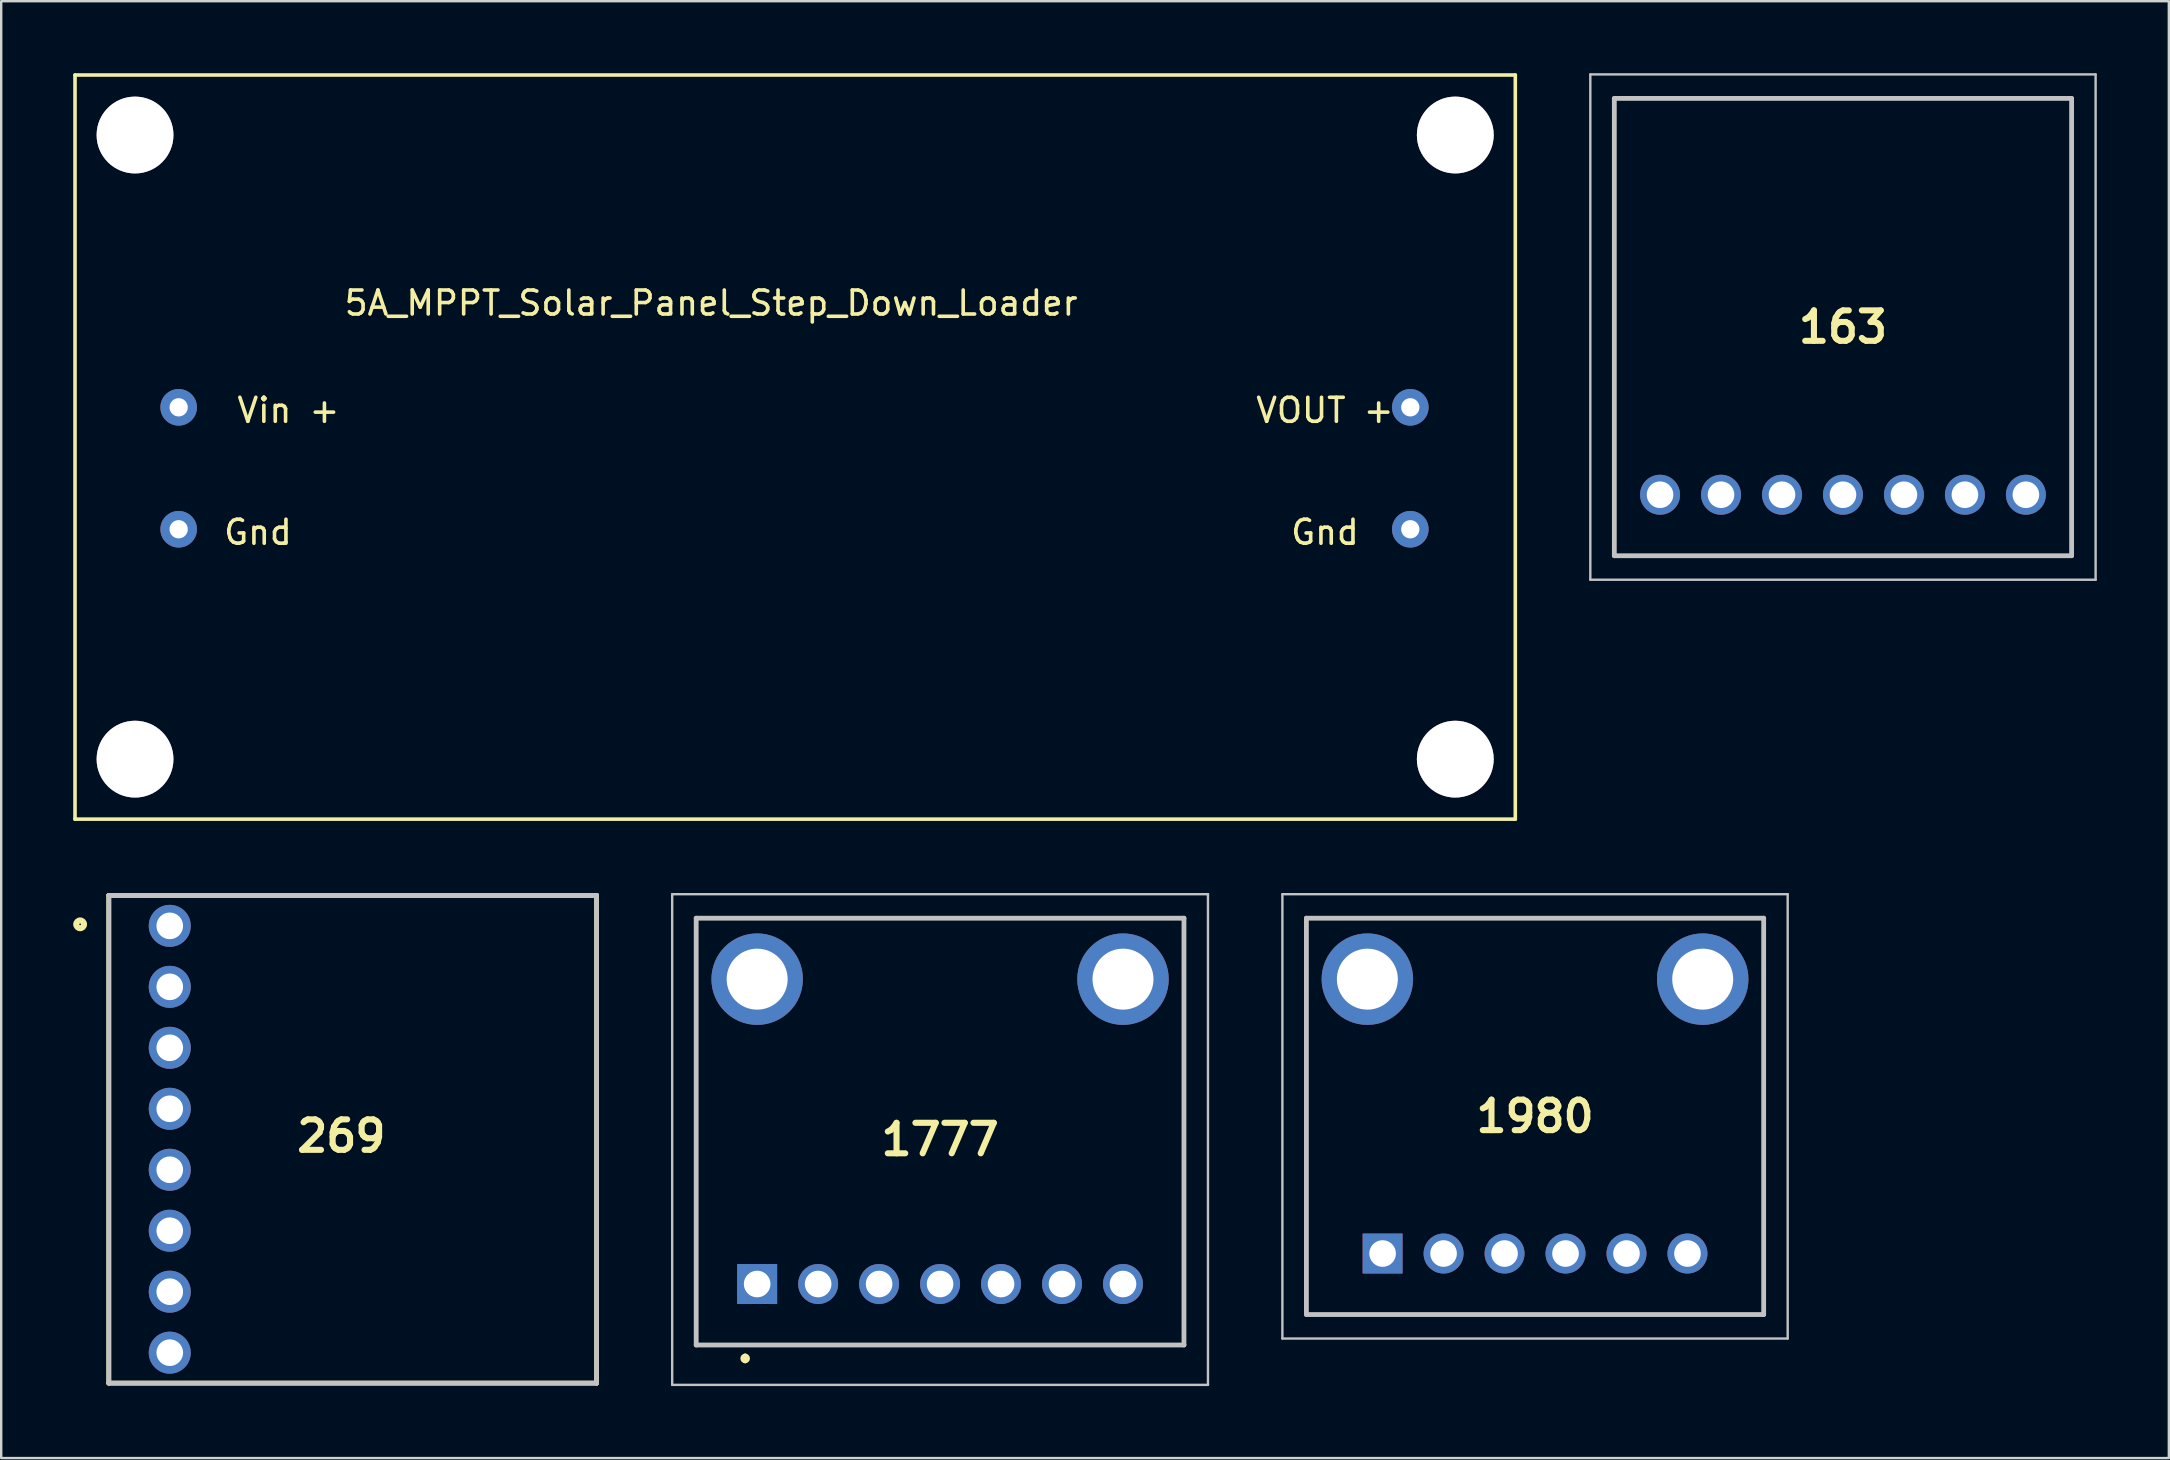
<source format=kicad_pcb>
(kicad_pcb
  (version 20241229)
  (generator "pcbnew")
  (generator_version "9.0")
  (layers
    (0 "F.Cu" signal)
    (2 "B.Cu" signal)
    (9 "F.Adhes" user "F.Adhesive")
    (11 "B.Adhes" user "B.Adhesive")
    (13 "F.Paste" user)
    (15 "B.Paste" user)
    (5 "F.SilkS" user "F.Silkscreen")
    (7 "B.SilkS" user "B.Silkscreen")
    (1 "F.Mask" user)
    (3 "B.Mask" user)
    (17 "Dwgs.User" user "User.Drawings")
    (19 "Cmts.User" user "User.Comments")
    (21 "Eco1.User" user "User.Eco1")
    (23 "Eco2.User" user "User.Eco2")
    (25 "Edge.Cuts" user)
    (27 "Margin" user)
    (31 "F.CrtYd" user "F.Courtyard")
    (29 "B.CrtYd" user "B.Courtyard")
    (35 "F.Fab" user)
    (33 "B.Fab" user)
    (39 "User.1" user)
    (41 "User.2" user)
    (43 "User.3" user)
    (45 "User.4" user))
  (footprint "1980"
    (layer "F.Cu")
    (at 54.547 49.17)
    (property "Reference" "1980" (at 6.35 -5.715 0) (layer "F.SilkS") (effects (font (size 1.27 1.27) (thickness 0.254))))
    (attr through_hole)
    (fp_line (start -3.175 -13.97) (end 15.875 -13.97) (stroke (width 0.1) (type solid)) (layer "F.SilkS"))
    (fp_line (start -3.175 2.54) (end -3.175 -13.97) (stroke (width 0.1) (type solid)) (layer "F.SilkS"))
    (fp_line (start 15.875 -13.97) (end 15.875 2.54) (stroke (width 0.1) (type solid)) (layer "F.SilkS"))
    (fp_line (start 15.875 2.54) (end -3.175 2.54) (stroke (width 0.1) (type solid)) (layer "F.SilkS"))
    (fp_line (start -4.175 -14.97) (end 16.875 -14.97) (stroke (width 0.1) (type solid)) (layer "Dwgs.User"))
    (fp_line (start -4.175 3.54) (end -4.175 -14.97) (stroke (width 0.1) (type solid)) (layer "Dwgs.User"))
    (fp_line (start -3.175 -13.97) (end 15.875 -13.97) (stroke (width 0.2) (type solid)) (layer "Dwgs.User"))
    (fp_line (start -3.175 2.54) (end -3.175 -13.97) (stroke (width 0.2) (type solid)) (layer "Dwgs.User"))
    (fp_line (start 15.875 -13.97) (end 15.875 2.54) (stroke (width 0.2) (type solid)) (layer "Dwgs.User"))
    (fp_line (start 15.875 2.54) (end -3.175 2.54) (stroke (width 0.2) (type solid)) (layer "Dwgs.User"))
    (fp_line (start 16.875 -14.97) (end 16.875 3.54) (stroke (width 0.1) (type solid)) (layer "Dwgs.User"))
    (fp_line (start 16.875 3.54) (end -4.175 3.54) (stroke (width 0.1) (type solid)) (layer "Dwgs.User"))
    (pad "1" thru_hole rect (at 0 0 90) (size 1.665 1.665) (drill 1.11) (layers "*.Cu" "*.Mask"))
    (pad "2" thru_hole circle (at 2.54 0 90) (size 1.665 1.665) (drill 1.11) (layers "*.Cu" "*.Mask"))
    (pad "3" thru_hole circle (at 5.08 0 90) (size 1.665 1.665) (drill 1.11) (layers "*.Cu" "*.Mask"))
    (pad "4" thru_hole circle (at 7.62 0 90) (size 1.665 1.665) (drill 1.11) (layers "*.Cu" "*.Mask"))
    (pad "5" thru_hole circle (at 10.16 0 90) (size 1.665 1.665) (drill 1.11) (layers "*.Cu" "*.Mask"))
    (pad "6" thru_hole circle (at 12.7 0 90) (size 1.665 1.665) (drill 1.11) (layers "*.Cu" "*.Mask"))
    (pad "MH1" thru_hole circle (at -0.635 -11.43 90) (size 3.81 3.81) (drill 2.54) (layers "*.Cu" "*.Mask"))
    (pad "MH2" thru_hole circle (at 13.335 -11.43 90) (size 3.81 3.81) (drill 2.54) (layers "*.Cu" "*.Mask")))
  (footprint "163"
    (layer "F.Cu")
    (at 73.725 10.575)
    (property "Reference" "163" (at 0 0 0) (layer "F.SilkS") (effects (font (size 1.27 1.27) (thickness 0.254))))
    (attr through_hole)
    (fp_line (start -9.525 -9.525) (end 9.525 -9.525) (stroke (width 0.1) (type solid)) (layer "F.SilkS"))
    (fp_line (start -9.525 9.525) (end -9.525 -9.525) (stroke (width 0.1) (type solid)) (layer "F.SilkS"))
    (fp_line (start 9.525 -9.525) (end 9.525 9.525) (stroke (width 0.1) (type solid)) (layer "F.SilkS"))
    (fp_line (start 9.525 9.525) (end -9.525 9.525) (stroke (width 0.1) (type solid)) (layer "F.SilkS"))
    (fp_line (start -10.525 -10.525) (end 10.525 -10.525) (stroke (width 0.1) (type solid)) (layer "Dwgs.User"))
    (fp_line (start -10.525 10.525) (end -10.525 -10.525) (stroke (width 0.1) (type solid)) (layer "Dwgs.User"))
    (fp_line (start -9.525 -9.525) (end 9.525 -9.525) (stroke (width 0.2) (type solid)) (layer "Dwgs.User"))
    (fp_line (start -9.525 9.525) (end -9.525 -9.525) (stroke (width 0.2) (type solid)) (layer "Dwgs.User"))
    (fp_line (start 9.525 -9.525) (end 9.525 9.525) (stroke (width 0.2) (type solid)) (layer "Dwgs.User"))
    (fp_line (start 9.525 9.525) (end -9.525 9.525) (stroke (width 0.2) (type solid)) (layer "Dwgs.User"))
    (fp_line (start 10.525 -10.525) (end 10.525 10.525) (stroke (width 0.1) (type solid)) (layer "Dwgs.User"))
    (fp_line (start 10.525 10.525) (end -10.525 10.525) (stroke (width 0.1) (type solid)) (layer "Dwgs.User"))
    (pad "1" thru_hole circle (at -7.62 6.985 90) (size 1.665 1.665) (drill 1.11) (layers "*.Cu" "*.Mask"))
    (pad "2" thru_hole circle (at -5.08 6.985 90) (size 1.665 1.665) (drill 1.11) (layers "*.Cu" "*.Mask"))
    (pad "3" thru_hole circle (at -2.54 6.985 90) (size 1.665 1.665) (drill 1.11) (layers "*.Cu" "*.Mask"))
    (pad "4" thru_hole circle (at 0 6.985 90) (size 1.665 1.665) (drill 1.11) (layers "*.Cu" "*.Mask"))
    (pad "5" thru_hole circle (at 2.54 6.985 90) (size 1.665 1.665) (drill 1.11) (layers "*.Cu" "*.Mask"))
    (pad "6" thru_hole circle (at 5.08 6.985 90) (size 1.665 1.665) (drill 1.11) (layers "*.Cu" "*.Mask"))
    (pad "7" thru_hole circle (at 7.62 6.985 90) (size 1.665 1.665) (drill 1.11) (layers "*.Cu" "*.Mask")))
  (footprint "1777"
    (layer "F.Cu")
    (at 28.492 50.44)
    (property "Reference" "1777" (at 7.62 -6.02 0) (layer "F.SilkS") (effects (font (size 1.27 1.27) (thickness 0.254))))
    (attr through_hole)
    (fp_line (start -2.54 -15.24) (end 17.78 -15.24) (stroke (width 0.1) (type solid)) (layer "F.SilkS"))
    (fp_line (start -2.54 2.54) (end -2.54 -15.24) (stroke (width 0.1) (type solid)) (layer "F.SilkS"))
    (fp_line (start -0.5 3) (end -0.5 3) (stroke (width 0.2) (type solid)) (layer "F.SilkS"))
    (fp_line (start -0.5 3.2) (end -0.5 3.2) (stroke (width 0.2) (type solid)) (layer "F.SilkS"))
    (fp_line (start 17.78 -15.24) (end 17.78 2.54) (stroke (width 0.1) (type solid)) (layer "F.SilkS"))
    (fp_line (start 17.78 2.54) (end -2.54 2.54) (stroke (width 0.1) (type solid)) (layer "F.SilkS"))
    (fp_arc (start -0.5 3) (mid -0.4 3.1) (end -0.5 3.2) (stroke (width 0.2) (type solid)) (layer "F.SilkS"))
    (fp_arc (start -0.5 3.2) (mid -0.6 3.1) (end -0.5 3) (stroke (width 0.2) (type solid)) (layer "F.SilkS"))
    (fp_line (start -3.54 -16.24) (end 18.78 -16.24) (stroke (width 0.1) (type solid)) (layer "Dwgs.User"))
    (fp_line (start -3.54 4.2) (end -3.54 -16.24) (stroke (width 0.1) (type solid)) (layer "Dwgs.User"))
    (fp_line (start -2.54 -15.24) (end 17.78 -15.24) (stroke (width 0.2) (type solid)) (layer "Dwgs.User"))
    (fp_line (start -2.54 2.54) (end -2.54 -15.24) (stroke (width 0.2) (type solid)) (layer "Dwgs.User"))
    (fp_line (start 17.78 -15.24) (end 17.78 2.54) (stroke (width 0.2) (type solid)) (layer "Dwgs.User"))
    (fp_line (start 17.78 2.54) (end -2.54 2.54) (stroke (width 0.2) (type solid)) (layer "Dwgs.User"))
    (fp_line (start 18.78 -16.24) (end 18.78 4.2) (stroke (width 0.1) (type solid)) (layer "Dwgs.User"))
    (fp_line (start 18.78 4.2) (end -3.54 4.2) (stroke (width 0.1) (type solid)) (layer "Dwgs.User"))
    (pad "1" thru_hole rect (at 0 0 90) (size 1.665 1.665) (drill 1.11) (layers "*.Cu" "*.Mask"))
    (pad "2" thru_hole circle (at 2.54 0 90) (size 1.665 1.665) (drill 1.11) (layers "*.Cu" "*.Mask"))
    (pad "3" thru_hole circle (at 5.08 0 90) (size 1.665 1.665) (drill 1.11) (layers "*.Cu" "*.Mask"))
    (pad "4" thru_hole circle (at 7.62 0 90) (size 1.665 1.665) (drill 1.11) (layers "*.Cu" "*.Mask"))
    (pad "5" thru_hole circle (at 10.16 0 90) (size 1.665 1.665) (drill 1.11) (layers "*.Cu" "*.Mask"))
    (pad "6" thru_hole circle (at 12.7 0 90) (size 1.665 1.665) (drill 1.11) (layers "*.Cu" "*.Mask"))
    (pad "7" thru_hole circle (at 15.24 0 90) (size 1.665 1.665) (drill 1.11) (layers "*.Cu" "*.Mask"))
    (pad "MH1" thru_hole circle (at 0 -12.7 90) (size 3.81 3.81) (drill 2.54) (layers "*.Cu" "*.Mask"))
    (pad "MH2" thru_hole circle (at 15.24 -12.7 90) (size 3.81 3.81) (drill 2.54) (layers "*.Cu" "*.Mask")))
  (footprint "5A_MPPT_Solar_Panel_Step_Down_Loader"
    (layer "F.Cu")
    (at 30.075 15.575)
    (property "Reference" "5A_MPPT_Solar_Panel_Step_Down_Loader" (at -3.5 -6 0) (unlocked yes) (layer "F.SilkS") (effects (font (size 1 1) (thickness 0.15))))
    (attr through_hole)
    (fp_line (start -30 -15.5) (end -30 15.5) (stroke (width 0.15) (type solid)) (layer "F.SilkS"))
    (fp_line (start -30 -15.5) (end 30 -15.5) (stroke (width 0.15) (type solid)) (layer "F.SilkS"))
    (fp_line (start 30 -15.5) (end 30 15.5) (stroke (width 0.15) (type solid)) (layer "F.SilkS"))
    (fp_line (start 30 15.5) (end -30 15.5) (stroke (width 0.15) (type solid)) (layer "F.SilkS"))
    (fp_text user "Gnd" (at 22.07 3.55 0) (unlocked yes) (layer "F.SilkS") (effects (font (size 1 1) (thickness 0.15))))
    (fp_text user "VOUT +" (at 22.07 -1.53 0) (unlocked yes) (layer "F.SilkS") (effects (font (size 1 1) (thickness 0.15))))
    (fp_text user "Vin +" (at -21.11 -1.53 0) (unlocked yes) (layer "F.SilkS") (effects (font (size 1 1) (thickness 0.15))))
    (fp_text user "Gnd" (at -22.38 3.55 0) (unlocked yes) (layer "F.SilkS") (effects (font (size 1 1) (thickness 0.15))))
    (pad "" thru_hole circle (at -27.5 -13) (size 3.2 3.2) (drill 3.2) (layers "*.Cu" "*.Mask"))
    (pad "" thru_hole circle (at -27.5 13) (size 3.2 3.2) (drill 3.2) (layers "*.Cu" "*.Mask"))
    (pad "" thru_hole circle (at 27.5 -13) (size 3.2 3.2) (drill 3.2) (layers "*.Cu" "*.Mask"))
    (pad "" thru_hole circle (at 27.5 13) (size 3.2 3.2) (drill 3.2) (layers "*.Cu" "*.Mask"))
    (pad "1" thru_hole circle (at -25.682 -1.657) (size 1.524 1.524) (drill 0.762) (layers "*.Cu" "*.Mask"))
    (pad "2" thru_hole circle (at -25.682 3.423) (size 1.524 1.524) (drill 0.762) (layers "*.Cu" "*.Mask"))
    (pad "3" thru_hole circle (at 25.626 -1.657) (size 1.524 1.524) (drill 0.762) (layers "*.Cu" "*.Mask"))
    (pad "4" thru_hole circle (at 25.626 3.423) (size 1.524 1.524) (drill 0.762) (layers "*.Cu" "*.Mask")))
  (footprint "269"
    (layer "F.Cu")
    (at 1.482 44.41)
    (property "Reference" "269" (at 9.687 -0.134 0) (layer "F.SilkS") (effects (font (size 1.27 1.27) (thickness 0.254))))
    (attr through_hole)
    (fp_line (start 0 -10.16) (end 20.32 -10.16) (stroke (width 0.2) (type solid)) (layer "F.SilkS"))
    (fp_line (start 0 10.16) (end 0 -10.16) (stroke (width 0.2) (type solid)) (layer "F.SilkS"))
    (fp_line (start 20.32 -10.16) (end 20.32 10.16) (stroke (width 0.2) (type solid)) (layer "F.SilkS"))
    (fp_line (start 20.32 10.16) (end 0 10.16) (stroke (width 0.2) (type solid)) (layer "F.SilkS"))
    (fp_circle (center -1.194 -8.954) (end -1.355 -8.954) (stroke (width 0.254) (type solid)) (fill no) (layer "F.SilkS"))
    (fp_line (start 0 -10.16) (end 20.32 -10.16) (stroke (width 0.2) (type solid)) (layer "Dwgs.User"))
    (fp_line (start 0 10.16) (end 0 -10.16) (stroke (width 0.2) (type solid)) (layer "Dwgs.User"))
    (fp_line (start 20.32 -10.16) (end 20.32 10.16) (stroke (width 0.2) (type solid)) (layer "Dwgs.User"))
    (fp_line (start 20.32 10.16) (end 0 10.16) (stroke (width 0.2) (type solid)) (layer "Dwgs.User"))
    (pad "1" thru_hole circle (at 2.54 -8.89 90) (size 1.75 1.75) (drill 1.11) (layers "*.Cu" "*.Mask"))
    (pad "2" thru_hole circle (at 2.54 -6.35 90) (size 1.75 1.75) (drill 1.11) (layers "*.Cu" "*.Mask"))
    (pad "3" thru_hole circle (at 2.54 -3.81 90) (size 1.75 1.75) (drill 1.11) (layers "*.Cu" "*.Mask"))
    (pad "4" thru_hole circle (at 2.54 -1.27 90) (size 1.75 1.75) (drill 1.11) (layers "*.Cu" "*.Mask"))
    (pad "5" thru_hole circle (at 2.54 1.27 90) (size 1.75 1.75) (drill 1.11) (layers "*.Cu" "*.Mask"))
    (pad "6" thru_hole circle (at 2.54 3.81 90) (size 1.75 1.75) (drill 1.11) (layers "*.Cu" "*.Mask"))
    (pad "7" thru_hole circle (at 2.54 6.35 90) (size 1.75 1.75) (drill 1.11) (layers "*.Cu" "*.Mask"))
    (pad "8" thru_hole circle (at 2.54 8.89 90) (size 1.75 1.75) (drill 1.11) (layers "*.Cu" "*.Mask")))
  (gr_rect
    (start -3 -3)
    (end 87.3 57.69)
    (stroke (width 0.1) (type default))
    (fill no)
    (layer "Edge.Cuts")))
</source>
